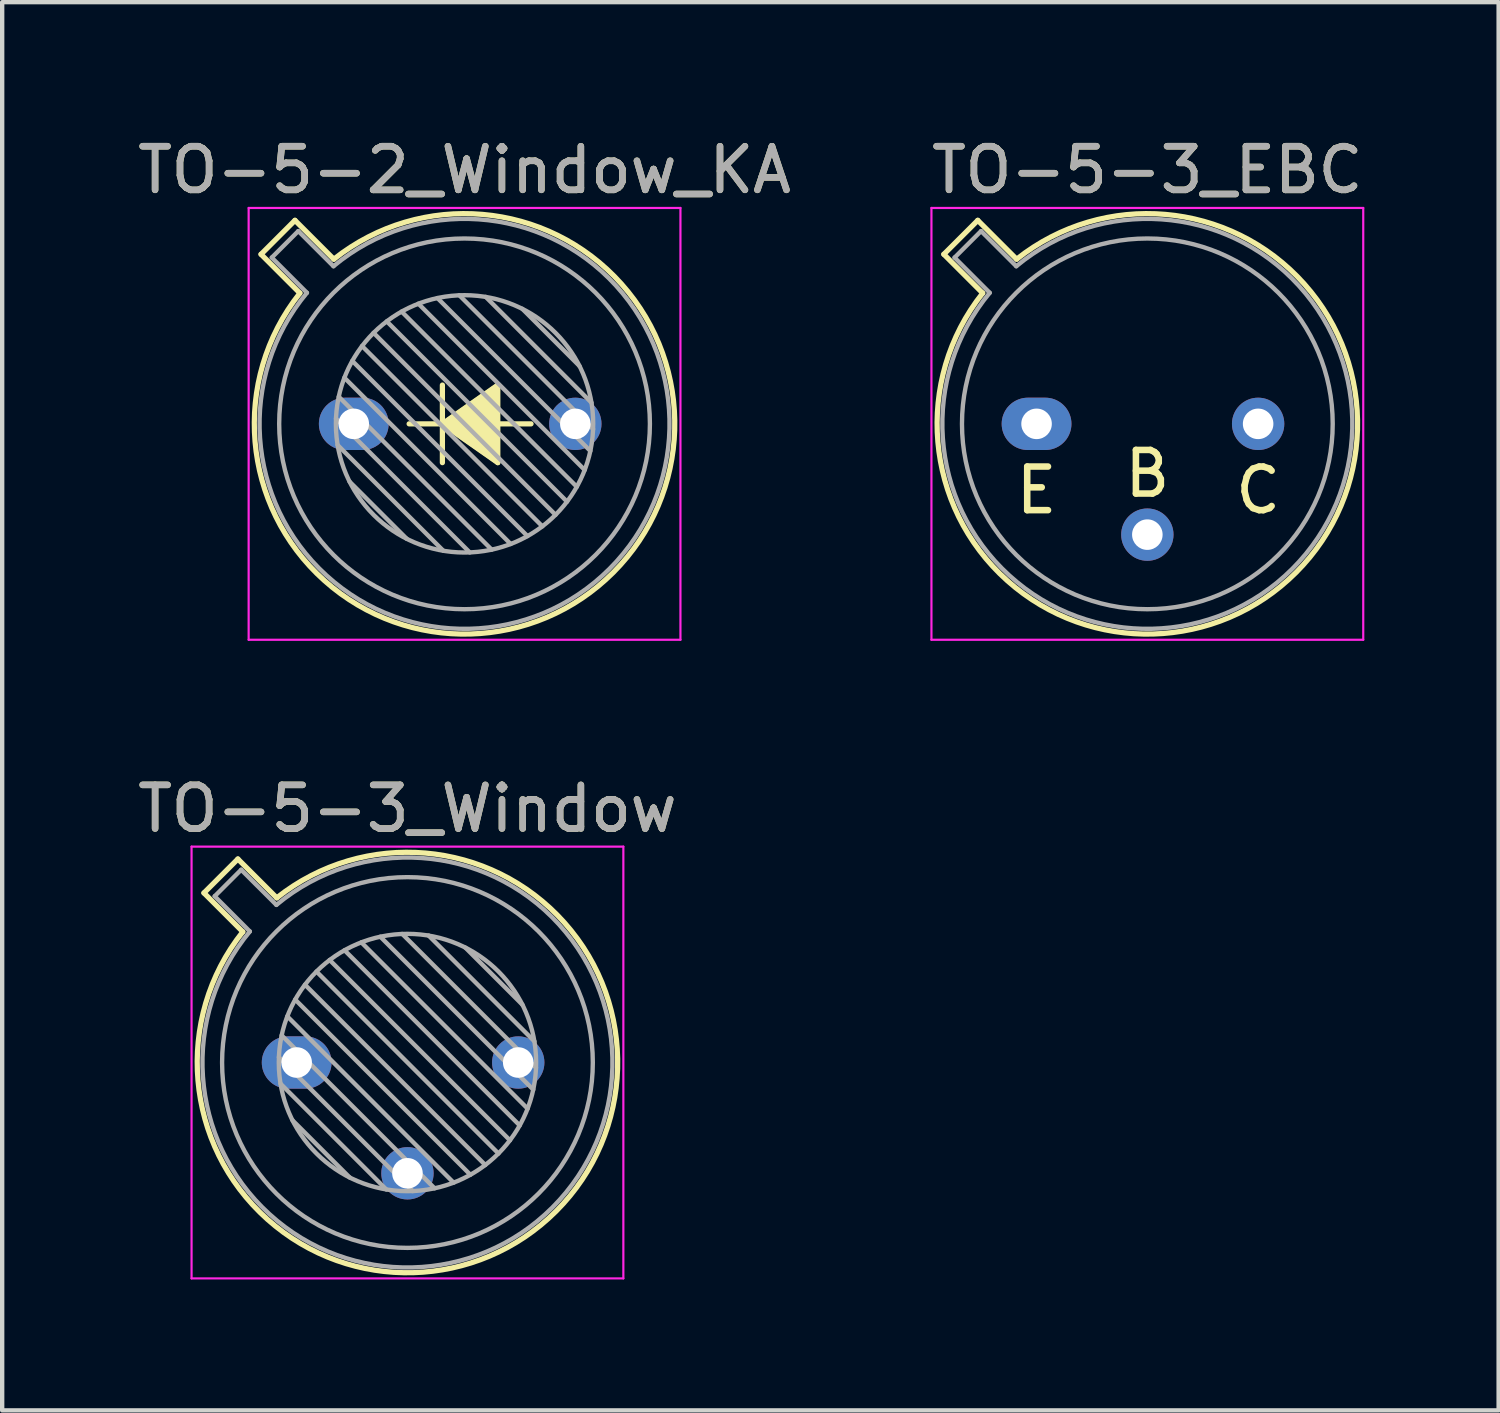
<source format=kicad_pcb>
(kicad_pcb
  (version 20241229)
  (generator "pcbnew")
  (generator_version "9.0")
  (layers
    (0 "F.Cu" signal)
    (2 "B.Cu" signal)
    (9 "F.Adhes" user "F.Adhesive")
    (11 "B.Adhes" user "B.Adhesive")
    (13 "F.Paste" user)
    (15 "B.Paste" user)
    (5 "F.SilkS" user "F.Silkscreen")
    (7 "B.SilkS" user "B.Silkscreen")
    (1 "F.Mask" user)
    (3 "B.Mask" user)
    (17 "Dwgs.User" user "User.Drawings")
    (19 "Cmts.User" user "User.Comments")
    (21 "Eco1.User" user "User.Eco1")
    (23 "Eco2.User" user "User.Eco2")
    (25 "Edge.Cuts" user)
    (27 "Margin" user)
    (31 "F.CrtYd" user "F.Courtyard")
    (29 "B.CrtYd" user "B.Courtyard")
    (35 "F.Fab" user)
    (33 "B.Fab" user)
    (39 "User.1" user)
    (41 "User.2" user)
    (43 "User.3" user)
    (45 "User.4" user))
  (footprint "TO-5-2_Window_KA"
    (layer "F.Cu")
    (at 5.061 6.668)
    (property "Reference" "TO-5-2_Window_KA" (at 2.54 -5.82 0) (layer "F.SilkS") (effects (font (size 1 1) (thickness 0.15))))
    (attr through_hole)
    (fp_line (start -2.126 -3.888) (end -1.235 -2.997) (stroke (width 0.12) (type solid)) (layer "F.SilkS"))
    (fp_line (start -1.348 -4.666) (end -2.126 -3.888) (stroke (width 0.12) (type solid)) (layer "F.SilkS"))
    (fp_line (start -0.457 -3.775) (end -1.348 -4.666) (stroke (width 0.12) (type solid)) (layer "F.SilkS"))
    (fp_line (start 2.032 0) (end 1.27 0) (stroke (width 0.12) (type solid)) (layer "F.SilkS"))
    (fp_line (start 2.032 0) (end 3.302 -0.889) (stroke (width 0.12) (type solid)) (layer "F.SilkS"))
    (fp_line (start 2.032 0.889) (end 2.032 -0.889) (stroke (width 0.12) (type solid)) (layer "F.SilkS"))
    (fp_line (start 3.302 -0.889) (end 3.302 0.889) (stroke (width 0.12) (type solid)) (layer "F.SilkS"))
    (fp_line (start 3.302 0.889) (end 2.032 0) (stroke (width 0.12) (type solid)) (layer "F.SilkS"))
    (fp_line (start 4.064 0) (end 3.302 0) (stroke (width 0.12) (type solid)) (layer "F.SilkS"))
    (fp_arc (start -0.457084 -3.774902) (mid 5.948125 3.408384) (end -1.234674 -2.997371) (stroke (width 0.12) (type solid)) (layer "F.SilkS"))
    (fp_poly (pts (xy 2.032 0) (xy 3.302 -0.889) (xy 3.302 0.889)) (stroke (width 0.1) (type solid)) (fill yes) (layer "F.SilkS"))
    (fp_line (start -2.41 -4.95) (end -2.41 4.95) (stroke (width 0.05) (type solid)) (layer "F.CrtYd"))
    (fp_line (start -2.41 4.95) (end 7.49 4.95) (stroke (width 0.05) (type solid)) (layer "F.CrtYd"))
    (fp_line (start 7.49 -4.95) (end -2.41 -4.95) (stroke (width 0.05) (type solid)) (layer "F.CrtYd"))
    (fp_line (start 7.49 4.95) (end 7.49 -4.95) (stroke (width 0.05) (type solid)) (layer "F.CrtYd"))
    (fp_line (start -1.88 -3.812) (end -1.074 -3.005) (stroke (width 0.1) (type solid)) (layer "F.Fab"))
    (fp_line (start -1.272 -4.42) (end -1.88 -3.812) (stroke (width 0.1) (type solid)) (layer "F.Fab"))
    (fp_line (start -0.465 -3.614) (end -1.272 -4.42) (stroke (width 0.1) (type solid)) (layer "F.Fab"))
    (fp_line (start -0.408 -0.12) (end 2.66 2.948) (stroke (width 0.1) (type solid)) (layer "F.Fab"))
    (fp_line (start -0.371 0.485) (end 2.055 2.911) (stroke (width 0.1) (type solid)) (layer "F.Fab"))
    (fp_line (start -0.344 -0.622) (end 3.162 2.884) (stroke (width 0.1) (type solid)) (layer "F.Fab"))
    (fp_line (start -0.215 -1.058) (end 3.598 2.755) (stroke (width 0.1) (type solid)) (layer "F.Fab"))
    (fp_line (start -0.097 1.324) (end 1.216 2.637) (stroke (width 0.1) (type solid)) (layer "F.Fab"))
    (fp_line (start -0.034 -1.443) (end 3.983 2.574) (stroke (width 0.1) (type solid)) (layer "F.Fab"))
    (fp_line (start 0.19 -1.784) (end 4.324 2.35) (stroke (width 0.1) (type solid)) (layer "F.Fab"))
    (fp_line (start 0.454 -2.086) (end 4.626 2.086) (stroke (width 0.1) (type solid)) (layer "F.Fab"))
    (fp_line (start 0.756 -2.35) (end 4.89 1.784) (stroke (width 0.1) (type solid)) (layer "F.Fab"))
    (fp_line (start 1.097 -2.574) (end 5.114 1.443) (stroke (width 0.1) (type solid)) (layer "F.Fab"))
    (fp_line (start 1.482 -2.755) (end 5.295 1.058) (stroke (width 0.1) (type solid)) (layer "F.Fab"))
    (fp_line (start 1.918 -2.884) (end 5.424 0.622) (stroke (width 0.1) (type solid)) (layer "F.Fab"))
    (fp_line (start 2.42 -2.948) (end 5.488 0.12) (stroke (width 0.1) (type solid)) (layer "F.Fab"))
    (fp_line (start 3.025 -2.911) (end 5.451 -0.485) (stroke (width 0.1) (type solid)) (layer "F.Fab"))
    (fp_line (start 3.864 -2.637) (end 5.177 -1.324) (stroke (width 0.1) (type solid)) (layer "F.Fab"))
    (fp_arc (start -0.465408 -3.61352) (mid 5.863443 3.323361) (end -1.073594 -3.005319) (stroke (width 0.1) (type solid)) (layer "F.Fab"))
    (fp_circle (center 2.54 0) (end 5.49 0) (stroke (width 0.1) (type solid)) (fill no) (layer "F.Fab"))
    (fp_circle (center 2.54 0) (end 6.79 0) (stroke (width 0.1) (type solid)) (fill no) (layer "F.Fab"))
    (fp_text user "${REFERENCE}" (at 2.54 -5.82 0) (layer "F.Fab") (effects (font (size 1 1) (thickness 0.15))))
    (pad "1" thru_hole oval (at 0 0) (size 1.6 1.2) (drill 0.7) (layers "*.Cu" "*.Mask"))
    (pad "2" thru_hole oval (at 5.08 0) (size 1.2 1.2) (drill 0.7) (layers "*.Cu" "*.Mask")))
  (footprint "TO-5-3_EBC"
    (layer "F.Cu")
    (at 20.716 6.668)
    (property "Reference" "TO-5-3_EBC" (at 2.54 -5.82 0) (layer "F.SilkS") (effects (font (size 1 1) (thickness 0.15))))
    (fp_line (start -2.126 -3.888) (end -1.235 -2.997) (stroke (width 0.12) (type solid)) (layer "F.SilkS"))
    (fp_line (start -1.348 -4.666) (end -2.126 -3.888) (stroke (width 0.12) (type solid)) (layer "F.SilkS"))
    (fp_line (start -0.457 -3.775) (end -1.348 -4.666) (stroke (width 0.12) (type solid)) (layer "F.SilkS"))
    (fp_arc (start -0.457084 -3.774902) (mid 5.948125 3.408384) (end -1.234674 -2.997371) (stroke (width 0.12) (type solid)) (layer "F.SilkS"))
    (fp_line (start -2.41 -4.95) (end -2.41 4.95) (stroke (width 0.05) (type solid)) (layer "F.CrtYd"))
    (fp_line (start -2.41 4.95) (end 7.49 4.95) (stroke (width 0.05) (type solid)) (layer "F.CrtYd"))
    (fp_line (start 7.49 -4.95) (end -2.41 -4.95) (stroke (width 0.05) (type solid)) (layer "F.CrtYd"))
    (fp_line (start 7.49 4.95) (end 7.49 -4.95) (stroke (width 0.05) (type solid)) (layer "F.CrtYd"))
    (fp_line (start -1.88 -3.812) (end -1.074 -3.005) (stroke (width 0.1) (type solid)) (layer "F.Fab"))
    (fp_line (start -1.272 -4.42) (end -1.88 -3.812) (stroke (width 0.1) (type solid)) (layer "F.Fab"))
    (fp_line (start -0.465 -3.614) (end -1.272 -4.42) (stroke (width 0.1) (type solid)) (layer "F.Fab"))
    (fp_arc (start -0.465408 -3.61352) (mid 5.863443 3.323361) (end -1.073594 -3.005319) (stroke (width 0.1) (type solid)) (layer "F.Fab"))
    (fp_circle (center 2.54 0) (end 6.79 0) (stroke (width 0.1) (type solid)) (fill no) (layer "F.Fab"))
    (fp_text user "C" (at 5.08 1.524 0) (unlocked yes) (layer "F.SilkS") (effects (font (size 1 1) (thickness 0.15))))
    (fp_text user "E" (at 0 1.524 0) (unlocked yes) (layer "F.SilkS") (effects (font (size 1 1) (thickness 0.15))))
    (fp_text user "B" (at 2.54 1.143 0) (unlocked yes) (layer "F.SilkS") (effects (font (size 1 1) (thickness 0.15))))
    (fp_text user "${REFERENCE}" (at 2.54 -5.82 0) (layer "F.Fab") (effects (font (size 1 1) (thickness 0.15))))
    (pad "1" thru_hole oval (at 0 0) (size 1.6 1.2) (drill 0.7) (layers "*.Cu" "*.Mask"))
    (pad "2" thru_hole oval (at 2.54 2.54) (size 1.2 1.2) (drill 0.7) (layers "*.Cu" "*.Mask"))
    (pad "3" thru_hole oval (at 5.08 0) (size 1.2 1.2) (drill 0.7) (layers "*.Cu" "*.Mask")))
  (footprint "TO-5-3_Window"
    (layer "F.Cu")
    (at 3.752 21.311)
    (property "Reference" "TO-5-3_Window" (at 2.54 -5.82 0) (layer "F.SilkS") (effects (font (size 1 1) (thickness 0.15))))
    (attr through_hole)
    (fp_line (start -2.126 -3.888) (end -1.235 -2.997) (stroke (width 0.12) (type solid)) (layer "F.SilkS"))
    (fp_line (start -1.348 -4.666) (end -2.126 -3.888) (stroke (width 0.12) (type solid)) (layer "F.SilkS"))
    (fp_line (start -0.457 -3.775) (end -1.348 -4.666) (stroke (width 0.12) (type solid)) (layer "F.SilkS"))
    (fp_arc (start -0.457084 -3.774902) (mid 5.948125 3.408384) (end -1.234674 -2.997371) (stroke (width 0.12) (type solid)) (layer "F.SilkS"))
    (fp_line (start -2.41 -4.95) (end -2.41 4.95) (stroke (width 0.05) (type solid)) (layer "F.CrtYd"))
    (fp_line (start -2.41 4.95) (end 7.49 4.95) (stroke (width 0.05) (type solid)) (layer "F.CrtYd"))
    (fp_line (start 7.49 -4.95) (end -2.41 -4.95) (stroke (width 0.05) (type solid)) (layer "F.CrtYd"))
    (fp_line (start 7.49 4.95) (end 7.49 -4.95) (stroke (width 0.05) (type solid)) (layer "F.CrtYd"))
    (fp_line (start -1.88 -3.812) (end -1.074 -3.005) (stroke (width 0.1) (type solid)) (layer "F.Fab"))
    (fp_line (start -1.272 -4.42) (end -1.88 -3.812) (stroke (width 0.1) (type solid)) (layer "F.Fab"))
    (fp_line (start -0.465 -3.614) (end -1.272 -4.42) (stroke (width 0.1) (type solid)) (layer "F.Fab"))
    (fp_line (start -0.408 -0.12) (end 2.66 2.948) (stroke (width 0.1) (type solid)) (layer "F.Fab"))
    (fp_line (start -0.371 0.485) (end 2.055 2.911) (stroke (width 0.1) (type solid)) (layer "F.Fab"))
    (fp_line (start -0.344 -0.622) (end 3.162 2.884) (stroke (width 0.1) (type solid)) (layer "F.Fab"))
    (fp_line (start -0.215 -1.058) (end 3.598 2.755) (stroke (width 0.1) (type solid)) (layer "F.Fab"))
    (fp_line (start -0.097 1.324) (end 1.216 2.637) (stroke (width 0.1) (type solid)) (layer "F.Fab"))
    (fp_line (start -0.034 -1.443) (end 3.983 2.574) (stroke (width 0.1) (type solid)) (layer "F.Fab"))
    (fp_line (start 0.19 -1.784) (end 4.324 2.35) (stroke (width 0.1) (type solid)) (layer "F.Fab"))
    (fp_line (start 0.454 -2.086) (end 4.626 2.086) (stroke (width 0.1) (type solid)) (layer "F.Fab"))
    (fp_line (start 0.756 -2.35) (end 4.89 1.784) (stroke (width 0.1) (type solid)) (layer "F.Fab"))
    (fp_line (start 1.097 -2.574) (end 5.114 1.443) (stroke (width 0.1) (type solid)) (layer "F.Fab"))
    (fp_line (start 1.482 -2.755) (end 5.295 1.058) (stroke (width 0.1) (type solid)) (layer "F.Fab"))
    (fp_line (start 1.918 -2.884) (end 5.424 0.622) (stroke (width 0.1) (type solid)) (layer "F.Fab"))
    (fp_line (start 2.42 -2.948) (end 5.488 0.12) (stroke (width 0.1) (type solid)) (layer "F.Fab"))
    (fp_line (start 3.025 -2.911) (end 5.451 -0.485) (stroke (width 0.1) (type solid)) (layer "F.Fab"))
    (fp_line (start 3.864 -2.637) (end 5.177 -1.324) (stroke (width 0.1) (type solid)) (layer "F.Fab"))
    (fp_arc (start -0.465408 -3.61352) (mid 5.863443 3.323361) (end -1.073594 -3.005319) (stroke (width 0.1) (type solid)) (layer "F.Fab"))
    (fp_circle (center 2.54 0) (end 5.49 0) (stroke (width 0.1) (type solid)) (fill no) (layer "F.Fab"))
    (fp_circle (center 2.54 0) (end 6.79 0) (stroke (width 0.1) (type solid)) (fill no) (layer "F.Fab"))
    (fp_text user "${REFERENCE}" (at 2.54 -5.82 0) (layer "F.Fab") (effects (font (size 1 1) (thickness 0.15))))
    (pad "1" thru_hole oval (at 0 0) (size 1.6 1.2) (drill 0.7) (layers "*.Cu" "*.Mask"))
    (pad "2" thru_hole oval (at 2.54 2.54) (size 1.2 1.2) (drill 0.7) (layers "*.Cu" "*.Mask"))
    (pad "3" thru_hole oval (at 5.08 0) (size 1.2 1.2) (drill 0.7) (layers "*.Cu" "*.Mask")))
  (gr_rect
    (start -3 -3)
    (end 31.31 29.287)
    (stroke (width 0.1) (type default))
    (fill no)
    (layer "Edge.Cuts")))
</source>
